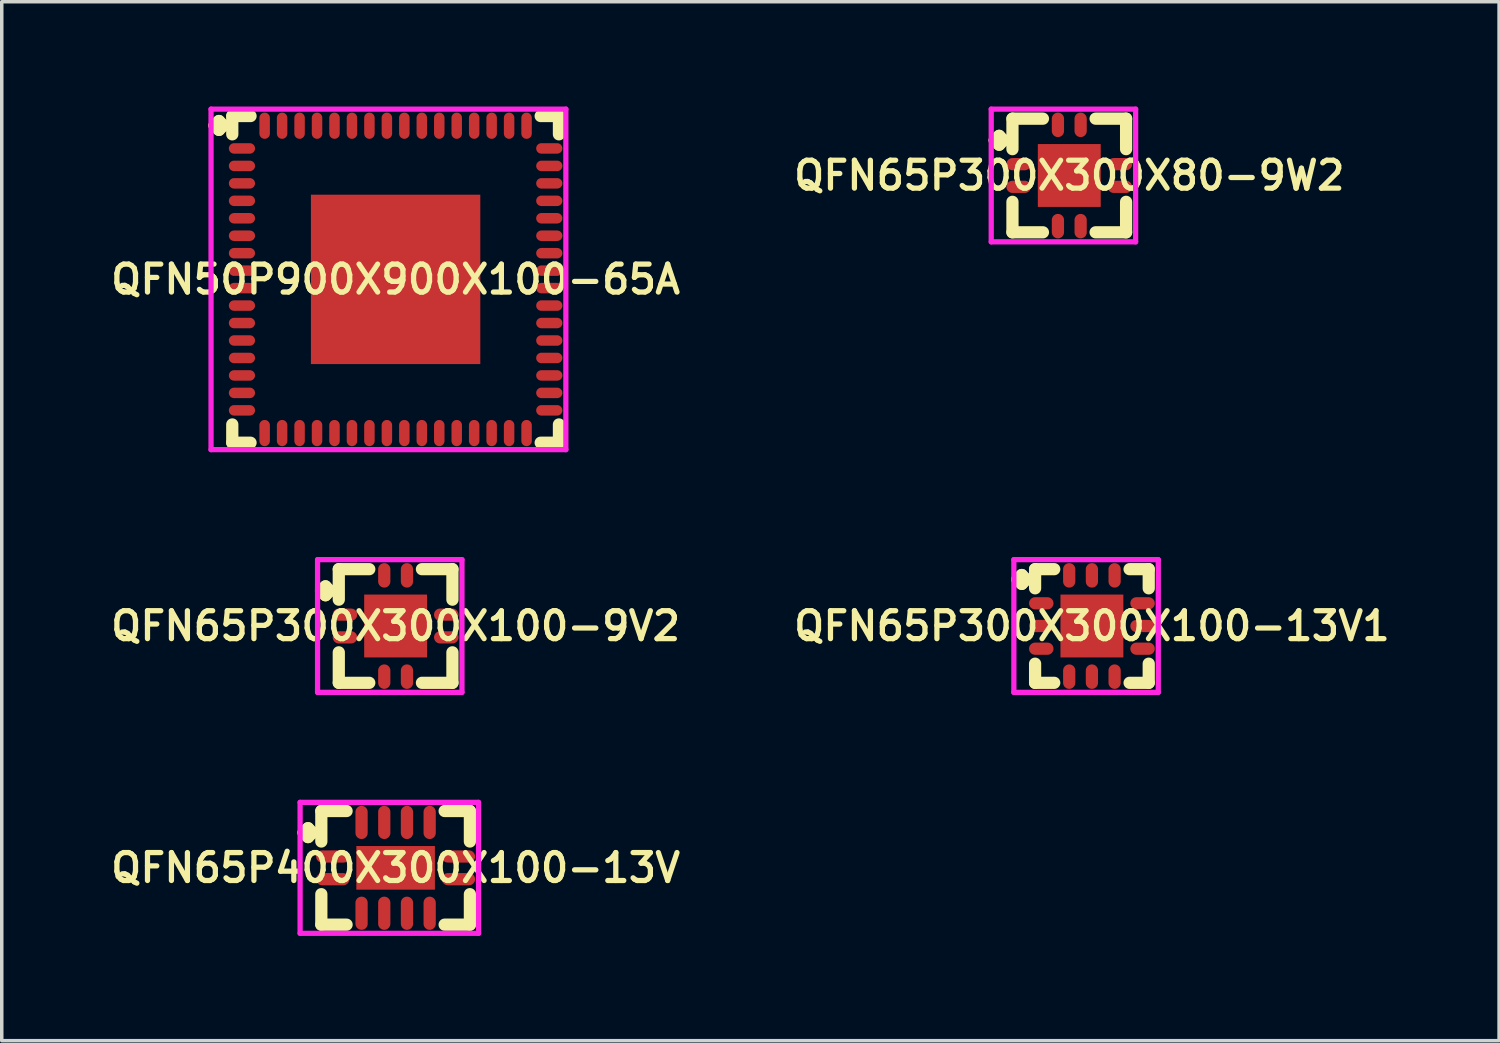
<source format=kicad_pcb>
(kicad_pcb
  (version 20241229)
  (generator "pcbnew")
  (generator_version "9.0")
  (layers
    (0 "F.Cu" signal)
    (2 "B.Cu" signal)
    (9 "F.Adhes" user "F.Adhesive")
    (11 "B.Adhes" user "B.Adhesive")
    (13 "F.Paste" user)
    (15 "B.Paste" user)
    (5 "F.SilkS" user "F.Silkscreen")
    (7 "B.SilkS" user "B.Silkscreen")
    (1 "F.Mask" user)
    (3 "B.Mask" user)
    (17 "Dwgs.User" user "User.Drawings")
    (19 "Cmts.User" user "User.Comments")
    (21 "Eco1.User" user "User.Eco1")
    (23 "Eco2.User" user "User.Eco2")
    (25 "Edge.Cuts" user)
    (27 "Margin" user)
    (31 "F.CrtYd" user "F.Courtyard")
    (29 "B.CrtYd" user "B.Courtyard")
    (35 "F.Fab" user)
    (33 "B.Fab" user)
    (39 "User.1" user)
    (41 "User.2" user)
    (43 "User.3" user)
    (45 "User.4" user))
  (footprint "QFN65P300X300X100-13V1"
    (layer "F.Cu")
    (at 28.216 14.875)
    (property "Reference" "QFN65P300X300X100-13V1" (at 0 0 0) (layer "F.SilkS") (effects (font (size 0.8 0.8) (thickness 0.15))))
    (attr through_hole)
    (fp_line (start -2.135 -1.333) (end -2.008 -1.46) (stroke (width 0.35) (type solid)) (layer "F.SilkS"))
    (fp_line (start -2.008 -1.46) (end -1.881 -1.333) (stroke (width 0.35) (type solid)) (layer "F.SilkS"))
    (fp_line (start -2.008 -1.206) (end -2.135 -1.333) (stroke (width 0.35) (type solid)) (layer "F.SilkS"))
    (fp_line (start -1.881 -1.333) (end -2.008 -1.206) (stroke (width 0.35) (type solid)) (layer "F.SilkS"))
    (fp_line (start -1.627 -1.627) (end -1.079 -1.627) (stroke (width 0.35) (type solid)) (layer "F.SilkS"))
    (fp_line (start -1.627 -1.079) (end -1.627 -1.627) (stroke (width 0.35) (type solid)) (layer "F.SilkS"))
    (fp_line (start -1.627 1.079) (end -1.627 1.627) (stroke (width 0.35) (type solid)) (layer "F.SilkS"))
    (fp_line (start -1.627 1.627) (end -1.079 1.627) (stroke (width 0.35) (type solid)) (layer "F.SilkS"))
    (fp_line (start 1.079 -1.627) (end 1.627 -1.627) (stroke (width 0.35) (type solid)) (layer "F.SilkS"))
    (fp_line (start 1.079 1.627) (end 1.627 1.627) (stroke (width 0.35) (type solid)) (layer "F.SilkS"))
    (fp_line (start 1.627 -1.627) (end 1.627 -1.079) (stroke (width 0.35) (type solid)) (layer "F.SilkS"))
    (fp_line (start 1.627 1.627) (end 1.627 1.079) (stroke (width 0.35) (type solid)) (layer "F.SilkS"))
    (fp_line (start -2.235 -1.9) (end 1.9 -1.9) (stroke (width 0.15) (type solid)) (layer "F.CrtYd"))
    (fp_line (start -2.235 1.9) (end -2.235 -1.9) (stroke (width 0.15) (type solid)) (layer "F.CrtYd"))
    (fp_line (start 1.9 -1.9) (end 1.9 1.9) (stroke (width 0.15) (type solid)) (layer "F.CrtYd"))
    (fp_line (start 1.9 1.9) (end -2.235 1.9) (stroke (width 0.15) (type solid)) (layer "F.CrtYd"))
    (pad "1" smd oval (at -1.45 -0.65) (size 0.7 0.35) (layers "F.Cu" "F.Mask" "F.Paste"))
    (pad "2" smd oval (at -1.45 0) (size 0.7 0.35) (layers "F.Cu" "F.Mask" "F.Paste"))
    (pad "3" smd oval (at -1.45 0.65) (size 0.7 0.35) (layers "F.Cu" "F.Mask" "F.Paste"))
    (pad "4" smd oval (at -0.65 1.45) (size 0.35 0.7) (layers "F.Cu" "F.Mask" "F.Paste"))
    (pad "5" smd oval (at 0 1.45) (size 0.35 0.7) (layers "F.Cu" "F.Mask" "F.Paste"))
    (pad "6" smd oval (at 0.65 1.45) (size 0.35 0.7) (layers "F.Cu" "F.Mask" "F.Paste"))
    (pad "7" smd oval (at 1.45 0.65) (size 0.7 0.35) (layers "F.Cu" "F.Mask" "F.Paste"))
    (pad "8" smd oval (at 1.45 0) (size 0.7 0.35) (layers "F.Cu" "F.Mask" "F.Paste"))
    (pad "9" smd oval (at 1.45 -0.65) (size 0.7 0.35) (layers "F.Cu" "F.Mask" "F.Paste"))
    (pad "10" smd oval (at 0.65 -1.45) (size 0.35 0.7) (layers "F.Cu" "F.Mask" "F.Paste"))
    (pad "11" smd oval (at 0 -1.45) (size 0.35 0.7) (layers "F.Cu" "F.Mask" "F.Paste"))
    (pad "12" smd oval (at -0.65 -1.45) (size 0.35 0.7) (layers "F.Cu" "F.Mask" "F.Paste"))
    (pad "13" smd rect (at 0 0) (size 1.8 1.8) (layers "F.Cu" "F.Mask" "F.Paste")))
  (footprint "QFN65P400X300X100-13V"
    (layer "F.Cu")
    (at 8.278 21.8)
    (property "Reference" "QFN65P400X300X100-13V" (at 0 0 0) (layer "F.SilkS") (effects (font (size 0.8 0.8) (thickness 0.15))))
    (attr smd)
    (fp_line (start -2.635 -1.008) (end -2.508 -1.135) (stroke (width 0.35) (type solid)) (layer "F.SilkS"))
    (fp_line (start -2.508 -1.135) (end -2.381 -1.008) (stroke (width 0.35) (type solid)) (layer "F.SilkS"))
    (fp_line (start -2.508 -0.881) (end -2.635 -1.008) (stroke (width 0.35) (type solid)) (layer "F.SilkS"))
    (fp_line (start -2.381 -1.008) (end -2.508 -0.881) (stroke (width 0.35) (type solid)) (layer "F.SilkS"))
    (fp_line (start -2.127 -1.627) (end -1.404 -1.627) (stroke (width 0.35) (type solid)) (layer "F.SilkS"))
    (fp_line (start -2.127 -0.754) (end -2.127 -1.627) (stroke (width 0.35) (type solid)) (layer "F.SilkS"))
    (fp_line (start -2.127 0.754) (end -2.127 1.627) (stroke (width 0.35) (type solid)) (layer "F.SilkS"))
    (fp_line (start -2.127 1.627) (end -1.404 1.627) (stroke (width 0.35) (type solid)) (layer "F.SilkS"))
    (fp_line (start 1.404 -1.627) (end 2.127 -1.627) (stroke (width 0.35) (type solid)) (layer "F.SilkS"))
    (fp_line (start 1.404 1.627) (end 2.127 1.627) (stroke (width 0.35) (type solid)) (layer "F.SilkS"))
    (fp_line (start 2.127 -1.627) (end 2.127 -0.754) (stroke (width 0.35) (type solid)) (layer "F.SilkS"))
    (fp_line (start 2.127 1.627) (end 2.127 0.754) (stroke (width 0.35) (type solid)) (layer "F.SilkS"))
    (fp_line (start -2.735 -1.875) (end 2.375 -1.875) (stroke (width 0.15) (type solid)) (layer "F.CrtYd"))
    (fp_line (start -2.735 1.875) (end -2.735 -1.875) (stroke (width 0.15) (type solid)) (layer "F.CrtYd"))
    (fp_line (start 2.375 -1.875) (end 2.375 1.875) (stroke (width 0.15) (type solid)) (layer "F.CrtYd"))
    (fp_line (start 2.375 1.875) (end -2.735 1.875) (stroke (width 0.15) (type solid)) (layer "F.CrtYd"))
    (pad "1" smd oval (at -1.8 -0.325) (size 0.95 0.35) (layers "F.Cu" "F.Mask" "F.Paste"))
    (pad "2" smd oval (at -1.8 0.325) (size 0.95 0.35) (layers "F.Cu" "F.Mask" "F.Paste"))
    (pad "3" smd oval (at -0.975 1.3) (size 0.35 0.95) (layers "F.Cu" "F.Mask" "F.Paste"))
    (pad "4" smd oval (at -0.325 1.3) (size 0.35 0.95) (layers "F.Cu" "F.Mask" "F.Paste"))
    (pad "5" smd oval (at 0.325 1.3) (size 0.35 0.95) (layers "F.Cu" "F.Mask" "F.Paste"))
    (pad "6" smd oval (at 0.975 1.3) (size 0.35 0.95) (layers "F.Cu" "F.Mask" "F.Paste"))
    (pad "7" smd oval (at 1.8 0.325) (size 0.95 0.35) (layers "F.Cu" "F.Mask" "F.Paste"))
    (pad "8" smd oval (at 1.8 -0.325) (size 0.95 0.35) (layers "F.Cu" "F.Mask" "F.Paste"))
    (pad "9" smd oval (at 0.975 -1.3) (size 0.35 0.95) (layers "F.Cu" "F.Mask" "F.Paste"))
    (pad "10" smd oval (at 0.325 -1.3) (size 0.35 0.95) (layers "F.Cu" "F.Mask" "F.Paste"))
    (pad "11" smd oval (at -0.325 -1.3) (size 0.35 0.95) (layers "F.Cu" "F.Mask" "F.Paste"))
    (pad "12" smd oval (at -0.975 -1.3) (size 0.35 0.95) (layers "F.Cu" "F.Mask" "F.Paste"))
    (pad "13" smd rect (at 0 0) (size 2.25 1.25) (layers "F.Cu" "F.Mask" "F.Paste")))
  (footprint "QFN65P300X300X100-9V2"
    (layer "F.Cu")
    (at 8.278 14.875)
    (property "Reference" "QFN65P300X300X100-9V2" (at 0 0 0) (layer "F.SilkS") (effects (font (size 0.8 0.8) (thickness 0.15))))
    (attr smd)
    (fp_line (start -2.135 -1.008) (end -2.008 -1.135) (stroke (width 0.35) (type solid)) (layer "F.SilkS"))
    (fp_line (start -2.008 -1.135) (end -1.881 -1.008) (stroke (width 0.35) (type solid)) (layer "F.SilkS"))
    (fp_line (start -2.008 -0.881) (end -2.135 -1.008) (stroke (width 0.35) (type solid)) (layer "F.SilkS"))
    (fp_line (start -1.881 -1.008) (end -2.008 -0.881) (stroke (width 0.35) (type solid)) (layer "F.SilkS"))
    (fp_line (start -1.627 -1.627) (end -0.754 -1.627) (stroke (width 0.35) (type solid)) (layer "F.SilkS"))
    (fp_line (start -1.627 -0.754) (end -1.627 -1.627) (stroke (width 0.35) (type solid)) (layer "F.SilkS"))
    (fp_line (start -1.627 0.754) (end -1.627 1.627) (stroke (width 0.35) (type solid)) (layer "F.SilkS"))
    (fp_line (start -1.627 1.627) (end -0.754 1.627) (stroke (width 0.35) (type solid)) (layer "F.SilkS"))
    (fp_line (start 0.754 -1.627) (end 1.627 -1.627) (stroke (width 0.35) (type solid)) (layer "F.SilkS"))
    (fp_line (start 0.754 1.627) (end 1.627 1.627) (stroke (width 0.35) (type solid)) (layer "F.SilkS"))
    (fp_line (start 1.627 -1.627) (end 1.627 -0.754) (stroke (width 0.35) (type solid)) (layer "F.SilkS"))
    (fp_line (start 1.627 1.627) (end 1.627 0.754) (stroke (width 0.35) (type solid)) (layer "F.SilkS"))
    (fp_line (start -2.235 -1.9) (end 1.9 -1.9) (stroke (width 0.15) (type solid)) (layer "F.CrtYd"))
    (fp_line (start -2.235 1.9) (end -2.235 -1.9) (stroke (width 0.15) (type solid)) (layer "F.CrtYd"))
    (fp_line (start 1.9 -1.9) (end 1.9 1.9) (stroke (width 0.15) (type solid)) (layer "F.CrtYd"))
    (fp_line (start 1.9 1.9) (end -2.235 1.9) (stroke (width 0.15) (type solid)) (layer "F.CrtYd"))
    (pad "1" smd oval (at -1.45 -0.325) (size 0.7 0.35) (layers "F.Cu" "F.Mask" "F.Paste"))
    (pad "2" smd oval (at -1.45 0.325) (size 0.7 0.35) (layers "F.Cu" "F.Mask" "F.Paste"))
    (pad "3" smd oval (at -0.325 1.45) (size 0.35 0.7) (layers "F.Cu" "F.Mask" "F.Paste"))
    (pad "4" smd oval (at 0.325 1.45) (size 0.35 0.7) (layers "F.Cu" "F.Mask" "F.Paste"))
    (pad "5" smd oval (at 1.45 0.325) (size 0.7 0.35) (layers "F.Cu" "F.Mask" "F.Paste"))
    (pad "6" smd oval (at 1.45 -0.325) (size 0.7 0.35) (layers "F.Cu" "F.Mask" "F.Paste"))
    (pad "7" smd oval (at 0.325 -1.45) (size 0.35 0.7) (layers "F.Cu" "F.Mask" "F.Paste"))
    (pad "8" smd oval (at -0.325 -1.45) (size 0.35 0.7) (layers "F.Cu" "F.Mask" "F.Paste"))
    (pad "9" smd rect (at 0 0) (size 1.8 1.8) (layers "F.Cu" "F.Mask" "F.Paste")))
  (footprint "QFN50P900X900X100-65A"
    (layer "F.Cu")
    (at 8.278 4.95)
    (property "Reference" "QFN50P900X900X100-65A" (at 0 0 0) (layer "F.SilkS") (effects (font (size 0.8 0.8) (thickness 0.15))))
    (attr smd)
    (fp_line (start -5.185 -4.408) (end -5.058 -4.535) (stroke (width 0.35) (type solid)) (layer "F.SilkS"))
    (fp_line (start -5.058 -4.535) (end -4.931 -4.408) (stroke (width 0.35) (type solid)) (layer "F.SilkS"))
    (fp_line (start -5.058 -4.281) (end -5.185 -4.408) (stroke (width 0.35) (type solid)) (layer "F.SilkS"))
    (fp_line (start -4.931 -4.408) (end -5.058 -4.281) (stroke (width 0.35) (type solid)) (layer "F.SilkS"))
    (fp_line (start -4.677 -4.677) (end -4.154 -4.677) (stroke (width 0.35) (type solid)) (layer "F.SilkS"))
    (fp_line (start -4.677 -4.154) (end -4.677 -4.677) (stroke (width 0.35) (type solid)) (layer "F.SilkS"))
    (fp_line (start -4.677 4.154) (end -4.677 4.677) (stroke (width 0.35) (type solid)) (layer "F.SilkS"))
    (fp_line (start -4.677 4.677) (end -4.154 4.677) (stroke (width 0.35) (type solid)) (layer "F.SilkS"))
    (fp_line (start 4.154 -4.677) (end 4.677 -4.677) (stroke (width 0.35) (type solid)) (layer "F.SilkS"))
    (fp_line (start 4.154 4.677) (end 4.677 4.677) (stroke (width 0.35) (type solid)) (layer "F.SilkS"))
    (fp_line (start 4.677 -4.677) (end 4.677 -4.154) (stroke (width 0.35) (type solid)) (layer "F.SilkS"))
    (fp_line (start 4.677 4.677) (end 4.677 4.154) (stroke (width 0.35) (type solid)) (layer "F.SilkS"))
    (fp_line (start -5.285 -4.875) (end 4.875 -4.875) (stroke (width 0.15) (type solid)) (layer "F.CrtYd"))
    (fp_line (start -5.285 4.875) (end -5.285 -4.875) (stroke (width 0.15) (type solid)) (layer "F.CrtYd"))
    (fp_line (start 4.875 -4.875) (end 4.875 4.875) (stroke (width 0.15) (type solid)) (layer "F.CrtYd"))
    (fp_line (start 4.875 4.875) (end -5.285 4.875) (stroke (width 0.15) (type solid)) (layer "F.CrtYd"))
    (pad "1" smd oval (at -4.4 -3.75) (size 0.75 0.3) (layers "F.Cu" "F.Mask" "F.Paste"))
    (pad "2" smd oval (at -4.4 -3.25) (size 0.75 0.3) (layers "F.Cu" "F.Mask" "F.Paste"))
    (pad "3" smd oval (at -4.4 -2.75) (size 0.75 0.3) (layers "F.Cu" "F.Mask" "F.Paste"))
    (pad "4" smd oval (at -4.4 -2.25) (size 0.75 0.3) (layers "F.Cu" "F.Mask" "F.Paste"))
    (pad "5" smd oval (at -4.4 -1.75) (size 0.75 0.3) (layers "F.Cu" "F.Mask" "F.Paste"))
    (pad "6" smd oval (at -4.4 -1.25) (size 0.75 0.3) (layers "F.Cu" "F.Mask" "F.Paste"))
    (pad "7" smd oval (at -4.4 -0.75) (size 0.75 0.3) (layers "F.Cu" "F.Mask" "F.Paste"))
    (pad "8" smd oval (at -4.4 -0.25) (size 0.75 0.3) (layers "F.Cu" "F.Mask" "F.Paste"))
    (pad "9" smd oval (at -4.4 0.25) (size 0.75 0.3) (layers "F.Cu" "F.Mask" "F.Paste"))
    (pad "10" smd oval (at -4.4 0.75) (size 0.75 0.3) (layers "F.Cu" "F.Mask" "F.Paste"))
    (pad "11" smd oval (at -4.4 1.25) (size 0.75 0.3) (layers "F.Cu" "F.Mask" "F.Paste"))
    (pad "12" smd oval (at -4.4 1.75) (size 0.75 0.3) (layers "F.Cu" "F.Mask" "F.Paste"))
    (pad "13" smd oval (at -4.4 2.25) (size 0.75 0.3) (layers "F.Cu" "F.Mask" "F.Paste"))
    (pad "14" smd oval (at -4.4 2.75) (size 0.75 0.3) (layers "F.Cu" "F.Mask" "F.Paste"))
    (pad "15" smd oval (at -4.4 3.25) (size 0.75 0.3) (layers "F.Cu" "F.Mask" "F.Paste"))
    (pad "16" smd oval (at -4.4 3.75) (size 0.75 0.3) (layers "F.Cu" "F.Mask" "F.Paste"))
    (pad "17" smd oval (at -3.75 4.4) (size 0.3 0.75) (layers "F.Cu" "F.Mask" "F.Paste"))
    (pad "18" smd oval (at -3.25 4.4) (size 0.3 0.75) (layers "F.Cu" "F.Mask" "F.Paste"))
    (pad "19" smd oval (at -2.75 4.4) (size 0.3 0.75) (layers "F.Cu" "F.Mask" "F.Paste"))
    (pad "20" smd oval (at -2.25 4.4) (size 0.3 0.75) (layers "F.Cu" "F.Mask" "F.Paste"))
    (pad "21" smd oval (at -1.75 4.4) (size 0.3 0.75) (layers "F.Cu" "F.Mask" "F.Paste"))
    (pad "22" smd oval (at -1.25 4.4) (size 0.3 0.75) (layers "F.Cu" "F.Mask" "F.Paste"))
    (pad "23" smd oval (at -0.75 4.4) (size 0.3 0.75) (layers "F.Cu" "F.Mask" "F.Paste"))
    (pad "24" smd oval (at -0.25 4.4) (size 0.3 0.75) (layers "F.Cu" "F.Mask" "F.Paste"))
    (pad "25" smd oval (at 0.25 4.4) (size 0.3 0.75) (layers "F.Cu" "F.Mask" "F.Paste"))
    (pad "26" smd oval (at 0.75 4.4) (size 0.3 0.75) (layers "F.Cu" "F.Mask" "F.Paste"))
    (pad "27" smd oval (at 1.25 4.4) (size 0.3 0.75) (layers "F.Cu" "F.Mask" "F.Paste"))
    (pad "28" smd oval (at 1.75 4.4) (size 0.3 0.75) (layers "F.Cu" "F.Mask" "F.Paste"))
    (pad "29" smd oval (at 2.25 4.4) (size 0.3 0.75) (layers "F.Cu" "F.Mask" "F.Paste"))
    (pad "30" smd oval (at 2.75 4.4) (size 0.3 0.75) (layers "F.Cu" "F.Mask" "F.Paste"))
    (pad "31" smd oval (at 3.25 4.4) (size 0.3 0.75) (layers "F.Cu" "F.Mask" "F.Paste"))
    (pad "32" smd oval (at 3.75 4.4) (size 0.3 0.75) (layers "F.Cu" "F.Mask" "F.Paste"))
    (pad "33" smd oval (at 4.4 3.75) (size 0.75 0.3) (layers "F.Cu" "F.Mask" "F.Paste"))
    (pad "34" smd oval (at 4.4 3.25) (size 0.75 0.3) (layers "F.Cu" "F.Mask" "F.Paste"))
    (pad "35" smd oval (at 4.4 2.75) (size 0.75 0.3) (layers "F.Cu" "F.Mask" "F.Paste"))
    (pad "36" smd oval (at 4.4 2.25) (size 0.75 0.3) (layers "F.Cu" "F.Mask" "F.Paste"))
    (pad "37" smd oval (at 4.4 1.75) (size 0.75 0.3) (layers "F.Cu" "F.Mask" "F.Paste"))
    (pad "38" smd oval (at 4.4 1.25) (size 0.75 0.3) (layers "F.Cu" "F.Mask" "F.Paste"))
    (pad "39" smd oval (at 4.4 0.75) (size 0.75 0.3) (layers "F.Cu" "F.Mask" "F.Paste"))
    (pad "40" smd oval (at 4.4 0.25) (size 0.75 0.3) (layers "F.Cu" "F.Mask" "F.Paste"))
    (pad "41" smd oval (at 4.4 -0.25) (size 0.75 0.3) (layers "F.Cu" "F.Mask" "F.Paste"))
    (pad "42" smd oval (at 4.4 -0.75) (size 0.75 0.3) (layers "F.Cu" "F.Mask" "F.Paste"))
    (pad "43" smd oval (at 4.4 -1.25) (size 0.75 0.3) (layers "F.Cu" "F.Mask" "F.Paste"))
    (pad "44" smd oval (at 4.4 -1.75) (size 0.75 0.3) (layers "F.Cu" "F.Mask" "F.Paste"))
    (pad "45" smd oval (at 4.4 -2.25) (size 0.75 0.3) (layers "F.Cu" "F.Mask" "F.Paste"))
    (pad "46" smd oval (at 4.4 -2.75) (size 0.75 0.3) (layers "F.Cu" "F.Mask" "F.Paste"))
    (pad "47" smd oval (at 4.4 -3.25) (size 0.75 0.3) (layers "F.Cu" "F.Mask" "F.Paste"))
    (pad "48" smd oval (at 4.4 -3.75) (size 0.75 0.3) (layers "F.Cu" "F.Mask" "F.Paste"))
    (pad "49" smd oval (at 3.75 -4.4) (size 0.3 0.75) (layers "F.Cu" "F.Mask" "F.Paste"))
    (pad "50" smd oval (at 3.25 -4.4) (size 0.3 0.75) (layers "F.Cu" "F.Mask" "F.Paste"))
    (pad "51" smd oval (at 2.75 -4.4) (size 0.3 0.75) (layers "F.Cu" "F.Mask" "F.Paste"))
    (pad "52" smd oval (at 2.25 -4.4) (size 0.3 0.75) (layers "F.Cu" "F.Mask" "F.Paste"))
    (pad "53" smd oval (at 1.75 -4.4) (size 0.3 0.75) (layers "F.Cu" "F.Mask" "F.Paste"))
    (pad "54" smd oval (at 1.25 -4.4) (size 0.3 0.75) (layers "F.Cu" "F.Mask" "F.Paste"))
    (pad "55" smd oval (at 0.75 -4.4) (size 0.3 0.75) (layers "F.Cu" "F.Mask" "F.Paste"))
    (pad "56" smd oval (at 0.25 -4.4) (size 0.3 0.75) (layers "F.Cu" "F.Mask" "F.Paste"))
    (pad "57" smd oval (at -0.25 -4.4) (size 0.3 0.75) (layers "F.Cu" "F.Mask" "F.Paste"))
    (pad "58" smd oval (at -0.75 -4.4) (size 0.3 0.75) (layers "F.Cu" "F.Mask" "F.Paste"))
    (pad "59" smd oval (at -1.25 -4.4) (size 0.3 0.75) (layers "F.Cu" "F.Mask" "F.Paste"))
    (pad "60" smd oval (at -1.75 -4.4) (size 0.3 0.75) (layers "F.Cu" "F.Mask" "F.Paste"))
    (pad "61" smd oval (at -2.25 -4.4) (size 0.3 0.75) (layers "F.Cu" "F.Mask" "F.Paste"))
    (pad "62" smd oval (at -2.75 -4.4) (size 0.3 0.75) (layers "F.Cu" "F.Mask" "F.Paste"))
    (pad "63" smd oval (at -3.25 -4.4) (size 0.3 0.75) (layers "F.Cu" "F.Mask" "F.Paste"))
    (pad "64" smd oval (at -3.75 -4.4) (size 0.3 0.75) (layers "F.Cu" "F.Mask" "F.Paste"))
    (pad "65" smd rect (at 0 0) (size 4.85 4.85) (layers "F.Cu" "F.Mask" "F.Paste")))
  (footprint "QFN65P300X300X80-9W2"
    (layer "F.Cu")
    (at 27.568 1.975)
    (property "Reference" "QFN65P300X300X80-9W2" (at 0 0 0) (layer "F.SilkS") (effects (font (size 0.8 0.8) (thickness 0.15))))
    (attr smd)
    (fp_line (start -2.135 -1.008) (end -2.008 -1.135) (stroke (width 0.35) (type solid)) (layer "F.SilkS"))
    (fp_line (start -2.008 -1.135) (end -1.881 -1.008) (stroke (width 0.35) (type solid)) (layer "F.SilkS"))
    (fp_line (start -2.008 -0.881) (end -2.135 -1.008) (stroke (width 0.35) (type solid)) (layer "F.SilkS"))
    (fp_line (start -1.881 -1.008) (end -2.008 -0.881) (stroke (width 0.35) (type solid)) (layer "F.SilkS"))
    (fp_line (start -1.627 -1.627) (end -0.754 -1.627) (stroke (width 0.35) (type solid)) (layer "F.SilkS"))
    (fp_line (start -1.627 -0.754) (end -1.627 -1.627) (stroke (width 0.35) (type solid)) (layer "F.SilkS"))
    (fp_line (start -1.627 0.754) (end -1.627 1.627) (stroke (width 0.35) (type solid)) (layer "F.SilkS"))
    (fp_line (start -1.627 1.627) (end -0.754 1.627) (stroke (width 0.35) (type solid)) (layer "F.SilkS"))
    (fp_line (start 0.754 -1.627) (end 1.627 -1.627) (stroke (width 0.35) (type solid)) (layer "F.SilkS"))
    (fp_line (start 0.754 1.627) (end 1.627 1.627) (stroke (width 0.35) (type solid)) (layer "F.SilkS"))
    (fp_line (start 1.627 -1.627) (end 1.627 -0.754) (stroke (width 0.35) (type solid)) (layer "F.SilkS"))
    (fp_line (start 1.627 1.627) (end 1.627 0.754) (stroke (width 0.35) (type solid)) (layer "F.SilkS"))
    (fp_line (start -2.235 -1.9) (end 1.9 -1.9) (stroke (width 0.15) (type solid)) (layer "F.CrtYd"))
    (fp_line (start -2.235 1.9) (end -2.235 -1.9) (stroke (width 0.15) (type solid)) (layer "F.CrtYd"))
    (fp_line (start 1.9 -1.9) (end 1.9 1.9) (stroke (width 0.15) (type solid)) (layer "F.CrtYd"))
    (fp_line (start 1.9 1.9) (end -2.235 1.9) (stroke (width 0.15) (type solid)) (layer "F.CrtYd"))
    (pad "1" smd oval (at -1.45 -0.325) (size 0.7 0.35) (layers "F.Cu" "F.Mask" "F.Paste"))
    (pad "2" smd oval (at -1.45 0.325) (size 0.7 0.35) (layers "F.Cu" "F.Mask" "F.Paste"))
    (pad "3" smd oval (at -0.325 1.45) (size 0.35 0.7) (layers "F.Cu" "F.Mask" "F.Paste"))
    (pad "4" smd oval (at 0.325 1.45) (size 0.35 0.7) (layers "F.Cu" "F.Mask" "F.Paste"))
    (pad "5" smd oval (at 1.45 0.325) (size 0.7 0.35) (layers "F.Cu" "F.Mask" "F.Paste"))
    (pad "6" smd oval (at 1.45 -0.325) (size 0.7 0.35) (layers "F.Cu" "F.Mask" "F.Paste"))
    (pad "7" smd oval (at 0.325 -1.45) (size 0.35 0.7) (layers "F.Cu" "F.Mask" "F.Paste"))
    (pad "8" smd oval (at -0.325 -1.45) (size 0.35 0.7) (layers "F.Cu" "F.Mask" "F.Paste"))
    (pad "9" smd rect (at 0 0) (size 1.8 1.8) (layers "F.Cu" "F.Mask" "F.Paste")))
  (gr_rect
    (start -3 -3)
    (end 39.875 26.75)
    (stroke (width 0.1) (type default))
    (fill no)
    (layer "Edge.Cuts")))
</source>
